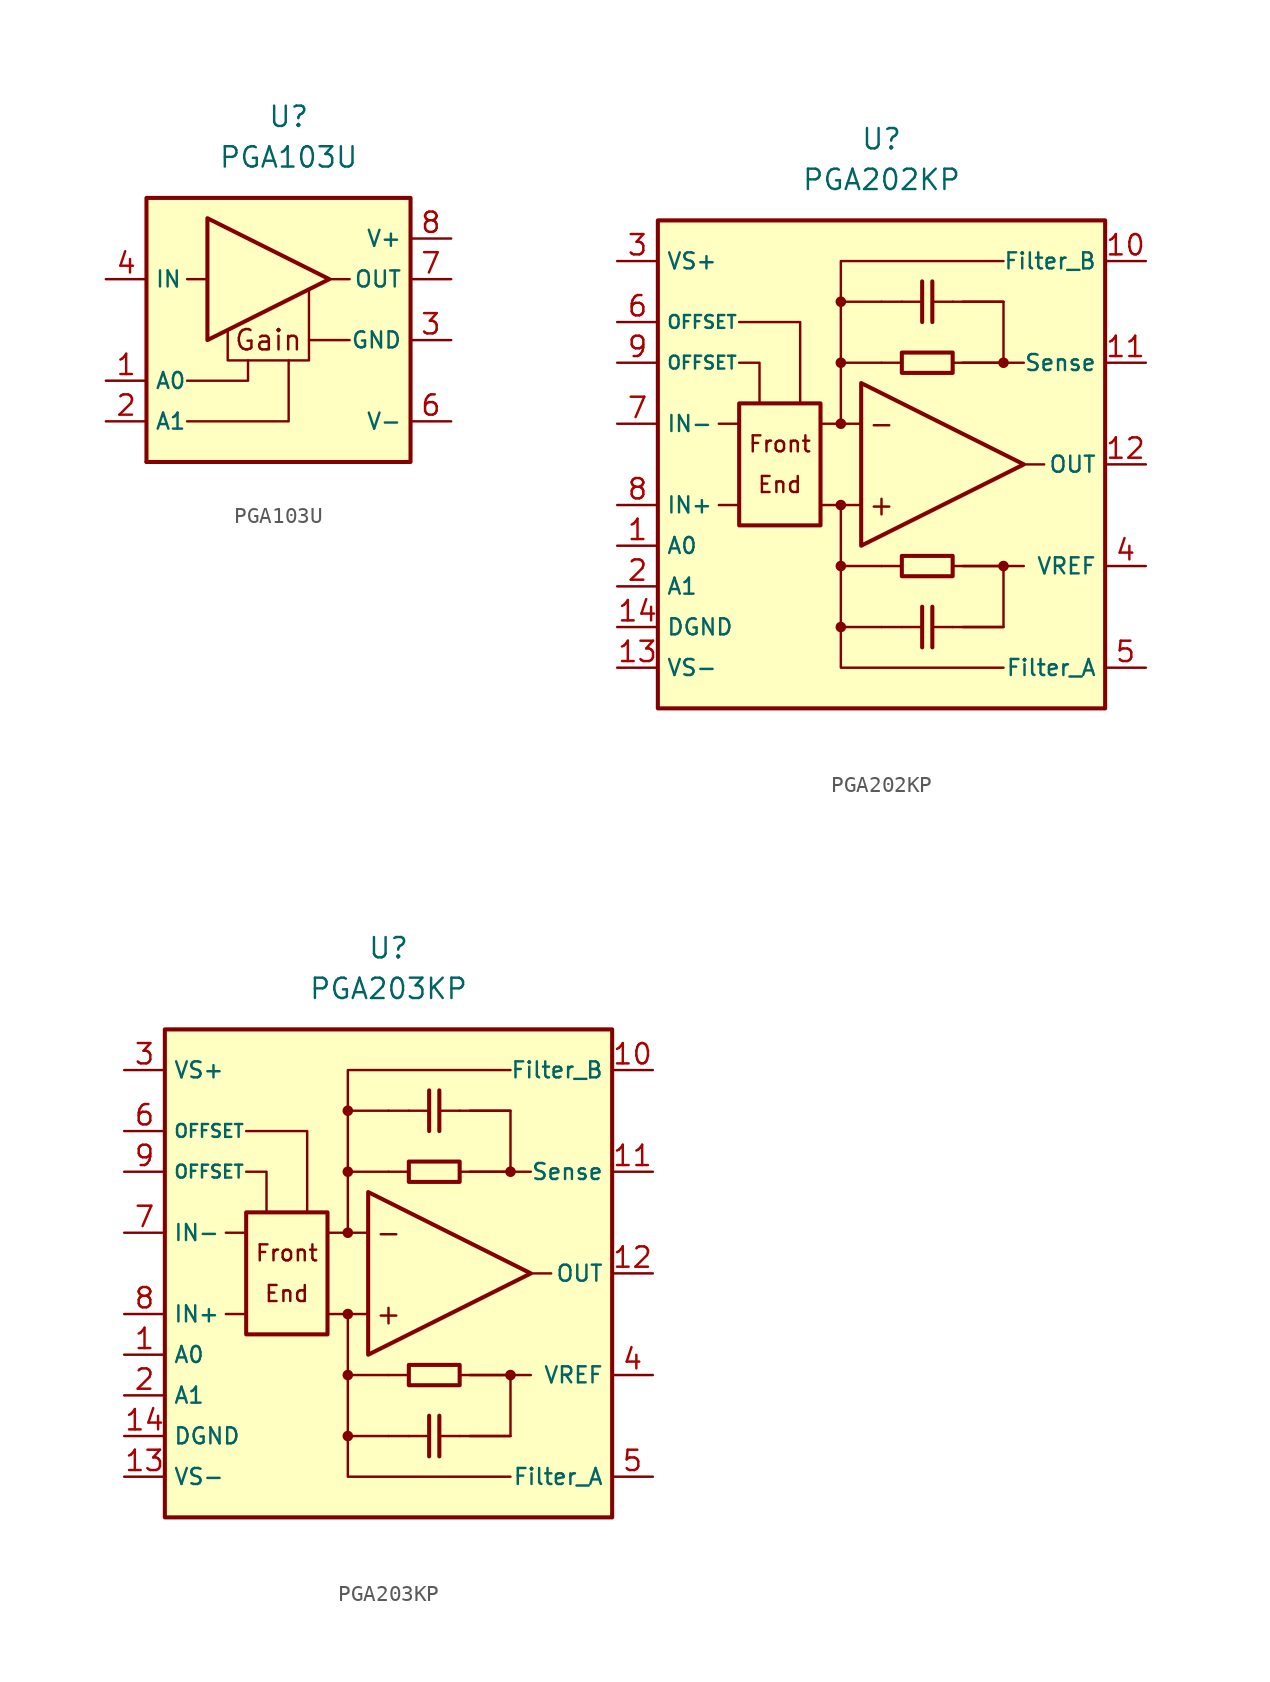
<source format=kicad_sym>
(kicad_symbol_lib
  (version 20211014)
  (generator kicad_symbol_editor)
  (symbol "PGA103U"
    (property "Reference" "U"
      (at 0 12.7 0)
      (effects (font (size 1.27 1.27))))
    (property "Value" "PGA103U"
      (at 0 10.16 0)
      (effects (font (size 1.27 1.27))))
    (symbol "PGA103U_0_0"
      (rectangle (start -8.89 -8.89) (end -8.89 -8.89) (stroke (width 0.254) (type default) (color 0 0 0 0)) (fill (type background)))
      (polyline (pts (xy -5.08 2.54) (xy -6.35 2.54)) (stroke (width 0.152) (type default) (color 0 0 0 0)) (fill (type none)))
      (polyline (pts (xy 1.27 -1.27) (xy 3.81 -1.27)) (stroke (width 0.152) (type default) (color 0 0 0 0)) (fill (type none)))
      (polyline (pts (xy 2.54 2.54) (xy 3.81 2.54)) (stroke (width 0.152) (type default) (color 0 0 0 0)) (fill (type none)))
      (polyline (pts (xy -2.54 -2.54) (xy -2.54 -3.81) (xy -6.35 -3.81)) (stroke (width 0.152) (type default) (color 0 0 0 0)) (fill (type none)))
      (polyline (pts (xy 0 -2.54) (xy 0 -6.35) (xy -6.35 -6.35)) (stroke (width 0.152) (type default) (color 0 0 0 0)) (fill (type none)))
      (rectangle (start 7.62 7.62) (end -8.89 -8.89) (stroke (width 0.254) (type default) (color 0 0 0 0)) (fill (type background)))
      (text "Gain" (at -1.27 -1.27 0) (effects (font (size 1.27 1.27)))))
    (symbol "PGA103U_0_1"
      (polyline (pts (xy -5.08 6.35) (xy -5.08 -1.27) (xy 2.54 2.54) (xy -5.08 6.35)) (stroke (width 0.254) (type default) (color 0 0 0 0)) (fill (type background)))
      (polyline (pts (xy -3.81 -0.635) (xy -3.81 -2.54) (xy 1.27 -2.54) (xy 1.27 1.905)) (stroke (width 0.152) (type default) (color 0 0 0 0)) (fill (type none))))
    (symbol "PGA103U_1_1"
      (pin input line (at -11.43 -3.81 0) (length 2.54) (name "A0" (effects (font (size 1 1)))) (number "1" (effects (font (size 1.27 1.27)))))
      (pin input line (at -11.43 -6.35 0) (length 2.54) (name "A1" (effects (font (size 1 1)))) (number "2" (effects (font (size 1.27 1.27)))))
      (pin input line (at 10.16 -1.27 180) (length 2.54) (name "GND" (effects (font (size 1 1)))) (number "3" (effects (font (size 1.27 1.27)))))
      (pin input line (at -11.43 2.54 0) (length 2.54) (name "IN" (effects (font (size 1 1)))) (number "4" (effects (font (size 1.27 1.27)))))
      (pin no_connect line (at 1.27 -7.62 0) (length 2.54) hide (name "NC" (effects (font (size 1.27 1.27)))) (number "5" (effects (font (size 1.27 1.27)))))
      (pin power_in line (at 10.16 -6.35 180) (length 2.54) (name "V-" (effects (font (size 1 1)))) (number "6" (effects (font (size 1.27 1.27)))))
      (pin output line (at 10.16 2.54 180) (length 2.54) (name "OUT" (effects (font (size 1 1)))) (number "7" (effects (font (size 1.27 1.27)))))
      (pin power_in line (at 10.16 5.08 180) (length 2.54) (name "V+" (effects (font (size 1 1)))) (number "8" (effects (font (size 1.27 1.27)))))))
  (symbol "PGA202KP"
    (property "Reference" "U"
      (at 0 20.32 0)
      (effects (font (size 1.27 1.27))))
    (property "Value" "PGA202KP"
      (at 0 17.78 0)
      (effects (font (size 1.27 1.27))))
    (symbol "PGA202KP_0_0"
      (rectangle (start -13.97 15.24) (end 13.97 -15.24) (stroke (width 0.254) (type default) (color 0 0 0 0)) (fill (type background)))
      (rectangle (start -8.89 3.81) (end -3.81 -3.81) (stroke (width 0.254) (type default) (color 0 0 0 0)) (fill (type none)))
      (circle (center -2.54 -10.16) (radius 0.254) (stroke (width 0.152) (type default) (color 0 0 0 0)) (fill (type outline)))
      (circle (center -2.54 -6.35) (radius 0.254) (stroke (width 0.152) (type default) (color 0 0 0 0)) (fill (type outline)))
      (circle (center -2.54 -2.54) (radius 0.254) (stroke (width 0.152) (type default) (color 0 0 0 0)) (fill (type outline)))
      (circle (center -2.54 2.54) (radius 0.254) (stroke (width 0.152) (type default) (color 0 0 0 0)) (fill (type outline)))
      (circle (center -2.54 6.35) (radius 0.254) (stroke (width 0.152) (type default) (color 0 0 0 0)) (fill (type outline)))
      (circle (center -2.54 10.16) (radius 0.254) (stroke (width 0.152) (type default) (color 0 0 0 0)) (fill (type outline)))
      (polyline (pts (xy 1.27 -6.35)) (stroke (width 0.152) (type default) (color 0 0 0 0)) (fill (type none)))
      (polyline (pts (xy 1.27 6.35)) (stroke (width 0.152) (type default) (color 0 0 0 0)) (fill (type none)))
      (polyline (pts (xy -8.89 -2.54) (xy -10.16 -2.54)) (stroke (width 0.152) (type default) (color 0 0 0 0)) (fill (type none)))
      (polyline (pts (xy -8.89 2.54) (xy -10.16 2.54)) (stroke (width 0.152) (type default) (color 0 0 0 0)) (fill (type none)))
      (polyline (pts (xy -2.54 -2.54) (xy -3.81 -2.54)) (stroke (width 0.152) (type default) (color 0 0 0 0)) (fill (type none)))
      (polyline (pts (xy -2.54 2.54) (xy -3.81 2.54)) (stroke (width 0.152) (type default) (color 0 0 0 0)) (fill (type none)))
      (polyline (pts (xy -1.27 -2.54) (xy -2.54 -2.54)) (stroke (width 0.152) (type default) (color 0 0 0 0)) (fill (type none)))
      (polyline (pts (xy -1.27 2.54) (xy -2.54 2.54)) (stroke (width 0.152) (type default) (color 0 0 0 0)) (fill (type none)))
      (polyline (pts (xy 0 -6.35) (xy -2.54 -6.35)) (stroke (width 0.152) (type default) (color 0 0 0 0)) (fill (type none)))
      (polyline (pts (xy 0 -6.35) (xy 1.27 -6.35)) (stroke (width 0.152) (type default) (color 0 0 0 0)) (fill (type none)))
      (polyline (pts (xy 0 6.35) (xy -2.54 6.35)) (stroke (width 0.152) (type default) (color 0 0 0 0)) (fill (type none)))
      (polyline (pts (xy 0 6.35) (xy 1.27 6.35)) (stroke (width 0.152) (type default) (color 0 0 0 0)) (fill (type none)))
      (polyline (pts (xy 1.27 -10.16) (xy 0 -10.16)) (stroke (width 0.152) (type default) (color 0 0 0 0)) (fill (type none)))
      (polyline (pts (xy 1.27 10.16) (xy 0 10.16)) (stroke (width 0.152) (type default) (color 0 0 0 0)) (fill (type none)))
      (polyline (pts (xy 4.445 -10.16) (xy 7.62 -10.16)) (stroke (width 0.152) (type default) (color 0 0 0 0)) (fill (type none)))
      (polyline (pts (xy 4.445 -6.35) (xy 7.62 -6.35)) (stroke (width 0.152) (type default) (color 0 0 0 0)) (fill (type none)))
      (polyline (pts (xy 4.445 6.35) (xy 7.62 6.35)) (stroke (width 0.152) (type default) (color 0 0 0 0)) (fill (type none)))
      (polyline (pts (xy 4.445 10.16) (xy 7.62 10.16)) (stroke (width 0.152) (type default) (color 0 0 0 0)) (fill (type none)))
      (polyline (pts (xy 7.62 -6.35) (xy 8.89 -6.35)) (stroke (width 0.152) (type default) (color 0 0 0 0)) (fill (type none)))
      (polyline (pts (xy 7.62 6.35) (xy 8.89 6.35)) (stroke (width 0.152) (type default) (color 0 0 0 0)) (fill (type none)))
      (polyline (pts (xy 8.89 0) (xy 10.16 0)) (stroke (width 0.152) (type default) (color 0 0 0 0)) (fill (type none)))
      (polyline (pts (xy -8.89 6.35) (xy -7.62 6.35) (xy -7.62 3.81)) (stroke (width 0.152) (type default) (color 0 0 0 0)) (fill (type none)))
      (polyline (pts (xy -8.89 8.89) (xy -5.08 8.89) (xy -5.08 3.81)) (stroke (width 0.152) (type default) (color 0 0 0 0)) (fill (type none)))
      (polyline (pts (xy -2.54 -10.16) (xy -2.54 -12.7) (xy 7.62 -12.7)) (stroke (width 0.152) (type default) (color 0 0 0 0)) (fill (type none)))
      (polyline (pts (xy -2.54 10.16) (xy -2.54 12.7) (xy 7.62 12.7)) (stroke (width 0.152) (type default) (color 0 0 0 0)) (fill (type none)))
      (polyline (pts (xy 0 -10.16) (xy -2.54 -10.16) (xy -2.54 -2.54)) (stroke (width 0.152) (type default) (color 0 0 0 0)) (fill (type none)))
      (polyline (pts (xy 0 10.16) (xy -2.54 10.16) (xy -2.54 2.54)) (stroke (width 0.152) (type default) (color 0 0 0 0)) (fill (type none)))
      (polyline (pts (xy 5.08 -10.16) (xy 7.62 -10.16) (xy 7.62 -6.35) (xy 5.08 -6.35)) (stroke (width 0.152) (type default) (color 0 0 0 0)) (fill (type none)))
      (polyline (pts (xy 5.08 10.16) (xy 7.62 10.16) (xy 7.62 6.35) (xy 5.08 6.35)) (stroke (width 0.152) (type default) (color 0 0 0 0)) (fill (type none)))
      (circle (center 7.62 -6.35) (radius 0.254) (stroke (width 0.152) (type default) (color 0 0 0 0)) (fill (type outline)))
      (circle (center 7.62 6.35) (radius 0.254) (stroke (width 0.152) (type default) (color 0 0 0 0)) (fill (type outline)))
      (text "+" (at 0 -2.54 0) (effects (font (size 1.27 1.27))))
      (text "-" (at 0 2.54 0) (effects (font (size 1.27 1.27))))
      (text "End" (at -6.35 -1.27 0) (effects (font (size 1 1))))
      (text "Front" (at -6.35 1.27 0) (effects (font (size 1 1)))))
    (symbol "PGA202KP_0_1"
      (polyline (pts (xy 1.27 -10.16) (xy 2.54 -10.16)) (stroke (width 0.152) (type default) (color 0 0 0 0)) (fill (type none)))
      (polyline (pts (xy 1.27 10.16) (xy 2.54 10.16)) (stroke (width 0.152) (type default) (color 0 0 0 0)) (fill (type none)))
      (polyline (pts (xy 2.54 -8.89) (xy 2.54 -11.43)) (stroke (width 0.254) (type default) (color 0 0 0 0)) (fill (type none)))
      (polyline (pts (xy 2.54 8.89) (xy 2.54 11.43)) (stroke (width 0.254) (type default) (color 0 0 0 0)) (fill (type none)))
      (polyline (pts (xy 3.175 -11.43) (xy 3.175 -8.89)) (stroke (width 0.254) (type default) (color 0 0 0 0)) (fill (type none)))
      (polyline (pts (xy 3.175 11.43) (xy 3.175 8.89)) (stroke (width 0.254) (type default) (color 0 0 0 0)) (fill (type none)))
      (polyline (pts (xy 4.445 -10.16) (xy 3.175 -10.16)) (stroke (width 0.152) (type default) (color 0 0 0 0)) (fill (type none)))
      (polyline (pts (xy 4.445 10.16) (xy 3.175 10.16)) (stroke (width 0.152) (type default) (color 0 0 0 0)) (fill (type none)))
      (polyline (pts (xy -1.27 5.08) (xy -1.27 -5.08) (xy 8.89 0) (xy -1.27 5.08)) (stroke (width 0.254) (type default) (color 0 0 0 0)) (fill (type background)))
      (rectangle (start 1.27 6.985) (end 4.445 5.715) (stroke (width 0.254) (type default) (color 0 0 0 0)) (fill (type none)))
      (rectangle (start 4.445 -5.715) (end 1.27 -6.985) (stroke (width 0.254) (type default) (color 0 0 0 0)) (fill (type none))))
    (symbol "PGA202KP_1_1"
      (pin input line (at -16.51 -5.08 0) (length 2.54) (name "A0" (effects (font (size 1 1)))) (number "1" (effects (font (size 1.27 1.27)))))
      (pin passive line (at 16.51 12.7 180) (length 2.54) (name "Filter_B" (effects (font (size 1 1)))) (number "10" (effects (font (size 1.27 1.27)))))
      (pin passive line (at 16.51 6.35 180) (length 2.54) (name "Sense" (effects (font (size 1 1)))) (number "11" (effects (font (size 1.27 1.27)))))
      (pin output line (at 16.51 0 180) (length 2.54) (name "OUT" (effects (font (size 1 1)))) (number "12" (effects (font (size 1.27 1.27)))))
      (pin power_in line (at -16.51 -12.7 0) (length 2.54) (name "VS-" (effects (font (size 1 1)))) (number "13" (effects (font (size 1.27 1.27)))))
      (pin power_in line (at -16.51 -10.16 0) (length 2.54) (name "DGND" (effects (font (size 1 1)))) (number "14" (effects (font (size 1.27 1.27)))))
      (pin input line (at -16.51 -7.62 0) (length 2.54) (name "A1" (effects (font (size 1 1)))) (number "2" (effects (font (size 1.27 1.27)))))
      (pin power_in line (at -16.51 12.7 0) (length 2.54) (name "VS+" (effects (font (size 1 1)))) (number "3" (effects (font (size 1.27 1.27)))))
      (pin passive line (at 16.51 -6.35 180) (length 2.54) (name "VREF" (effects (font (size 1 1)))) (number "4" (effects (font (size 1.27 1.27)))))
      (pin passive line (at 16.51 -12.7 180) (length 2.54) (name "Filter_A" (effects (font (size 1 1)))) (number "5" (effects (font (size 1.27 1.27)))))
      (pin passive line (at -16.51 8.89 0) (length 2.54) (name "OFFSET" (effects (font (size 0.8 0.8)))) (number "6" (effects (font (size 1.27 1.27)))))
      (pin input line (at -16.51 2.54 0) (length 2.54) (name "IN-" (effects (font (size 1 1)))) (number "7" (effects (font (size 1.27 1.27)))))
      (pin input line (at -16.51 -2.54 0) (length 2.54) (name "IN+" (effects (font (size 1 1)))) (number "8" (effects (font (size 1.27 1.27)))))
      (pin passive line (at -16.51 6.35 0) (length 2.54) (name "OFFSET" (effects (font (size 0.8 0.8)))) (number "9" (effects (font (size 1.27 1.27)))))))
  (symbol "PGA203KP"
    (property "Reference" "U"
      (at 0 20.32 0)
      (effects (font (size 1.27 1.27))))
    (property "Value" "PGA203KP"
      (at 0 17.78 0)
      (effects (font (size 1.27 1.27))))
    (symbol "PGA203KP_0_0"
      (rectangle (start -13.97 15.24) (end 13.97 -15.24) (stroke (width 0.254) (type default) (color 0 0 0 0)) (fill (type background)))
      (rectangle (start -8.89 3.81) (end -3.81 -3.81) (stroke (width 0.254) (type default) (color 0 0 0 0)) (fill (type none)))
      (circle (center -2.54 -10.16) (radius 0.254) (stroke (width 0.152) (type default) (color 0 0 0 0)) (fill (type outline)))
      (circle (center -2.54 -6.35) (radius 0.254) (stroke (width 0.152) (type default) (color 0 0 0 0)) (fill (type outline)))
      (circle (center -2.54 -2.54) (radius 0.254) (stroke (width 0.152) (type default) (color 0 0 0 0)) (fill (type outline)))
      (circle (center -2.54 2.54) (radius 0.254) (stroke (width 0.152) (type default) (color 0 0 0 0)) (fill (type outline)))
      (circle (center -2.54 6.35) (radius 0.254) (stroke (width 0.152) (type default) (color 0 0 0 0)) (fill (type outline)))
      (circle (center -2.54 10.16) (radius 0.254) (stroke (width 0.152) (type default) (color 0 0 0 0)) (fill (type outline)))
      (polyline (pts (xy 1.27 -6.35)) (stroke (width 0.152) (type default) (color 0 0 0 0)) (fill (type none)))
      (polyline (pts (xy 1.27 6.35)) (stroke (width 0.152) (type default) (color 0 0 0 0)) (fill (type none)))
      (polyline (pts (xy -8.89 -2.54) (xy -10.16 -2.54)) (stroke (width 0.152) (type default) (color 0 0 0 0)) (fill (type none)))
      (polyline (pts (xy -8.89 2.54) (xy -10.16 2.54)) (stroke (width 0.152) (type default) (color 0 0 0 0)) (fill (type none)))
      (polyline (pts (xy -2.54 -2.54) (xy -3.81 -2.54)) (stroke (width 0.152) (type default) (color 0 0 0 0)) (fill (type none)))
      (polyline (pts (xy -2.54 2.54) (xy -3.81 2.54)) (stroke (width 0.152) (type default) (color 0 0 0 0)) (fill (type none)))
      (polyline (pts (xy -1.27 -2.54) (xy -2.54 -2.54)) (stroke (width 0.152) (type default) (color 0 0 0 0)) (fill (type none)))
      (polyline (pts (xy -1.27 2.54) (xy -2.54 2.54)) (stroke (width 0.152) (type default) (color 0 0 0 0)) (fill (type none)))
      (polyline (pts (xy 0 -6.35) (xy -2.54 -6.35)) (stroke (width 0.152) (type default) (color 0 0 0 0)) (fill (type none)))
      (polyline (pts (xy 0 -6.35) (xy 1.27 -6.35)) (stroke (width 0.152) (type default) (color 0 0 0 0)) (fill (type none)))
      (polyline (pts (xy 0 6.35) (xy -2.54 6.35)) (stroke (width 0.152) (type default) (color 0 0 0 0)) (fill (type none)))
      (polyline (pts (xy 0 6.35) (xy 1.27 6.35)) (stroke (width 0.152) (type default) (color 0 0 0 0)) (fill (type none)))
      (polyline (pts (xy 1.27 -10.16) (xy 0 -10.16)) (stroke (width 0.152) (type default) (color 0 0 0 0)) (fill (type none)))
      (polyline (pts (xy 1.27 10.16) (xy 0 10.16)) (stroke (width 0.152) (type default) (color 0 0 0 0)) (fill (type none)))
      (polyline (pts (xy 4.445 -10.16) (xy 7.62 -10.16)) (stroke (width 0.152) (type default) (color 0 0 0 0)) (fill (type none)))
      (polyline (pts (xy 4.445 -6.35) (xy 7.62 -6.35)) (stroke (width 0.152) (type default) (color 0 0 0 0)) (fill (type none)))
      (polyline (pts (xy 4.445 6.35) (xy 7.62 6.35)) (stroke (width 0.152) (type default) (color 0 0 0 0)) (fill (type none)))
      (polyline (pts (xy 4.445 10.16) (xy 7.62 10.16)) (stroke (width 0.152) (type default) (color 0 0 0 0)) (fill (type none)))
      (polyline (pts (xy 7.62 -6.35) (xy 8.89 -6.35)) (stroke (width 0.152) (type default) (color 0 0 0 0)) (fill (type none)))
      (polyline (pts (xy 7.62 6.35) (xy 8.89 6.35)) (stroke (width 0.152) (type default) (color 0 0 0 0)) (fill (type none)))
      (polyline (pts (xy 8.89 0) (xy 10.16 0)) (stroke (width 0.152) (type default) (color 0 0 0 0)) (fill (type none)))
      (polyline (pts (xy -8.89 6.35) (xy -7.62 6.35) (xy -7.62 3.81)) (stroke (width 0.152) (type default) (color 0 0 0 0)) (fill (type none)))
      (polyline (pts (xy -8.89 8.89) (xy -5.08 8.89) (xy -5.08 3.81)) (stroke (width 0.152) (type default) (color 0 0 0 0)) (fill (type none)))
      (polyline (pts (xy -2.54 -10.16) (xy -2.54 -12.7) (xy 7.62 -12.7)) (stroke (width 0.152) (type default) (color 0 0 0 0)) (fill (type none)))
      (polyline (pts (xy -2.54 10.16) (xy -2.54 12.7) (xy 7.62 12.7)) (stroke (width 0.152) (type default) (color 0 0 0 0)) (fill (type none)))
      (polyline (pts (xy 0 -10.16) (xy -2.54 -10.16) (xy -2.54 -2.54)) (stroke (width 0.152) (type default) (color 0 0 0 0)) (fill (type none)))
      (polyline (pts (xy 0 10.16) (xy -2.54 10.16) (xy -2.54 2.54)) (stroke (width 0.152) (type default) (color 0 0 0 0)) (fill (type none)))
      (polyline (pts (xy 5.08 -10.16) (xy 7.62 -10.16) (xy 7.62 -6.35) (xy 5.08 -6.35)) (stroke (width 0.152) (type default) (color 0 0 0 0)) (fill (type none)))
      (polyline (pts (xy 5.08 10.16) (xy 7.62 10.16) (xy 7.62 6.35) (xy 5.08 6.35)) (stroke (width 0.152) (type default) (color 0 0 0 0)) (fill (type none)))
      (circle (center 7.62 -6.35) (radius 0.254) (stroke (width 0.152) (type default) (color 0 0 0 0)) (fill (type outline)))
      (circle (center 7.62 6.35) (radius 0.254) (stroke (width 0.152) (type default) (color 0 0 0 0)) (fill (type outline)))
      (text "+" (at 0 -2.54 0) (effects (font (size 1.27 1.27))))
      (text "-" (at 0 2.54 0) (effects (font (size 1.27 1.27))))
      (text "End" (at -6.35 -1.27 0) (effects (font (size 1 1))))
      (text "Front" (at -6.35 1.27 0) (effects (font (size 1 1)))))
    (symbol "PGA203KP_0_1"
      (polyline (pts (xy 1.27 -10.16) (xy 2.54 -10.16)) (stroke (width 0.152) (type default) (color 0 0 0 0)) (fill (type none)))
      (polyline (pts (xy 1.27 10.16) (xy 2.54 10.16)) (stroke (width 0.152) (type default) (color 0 0 0 0)) (fill (type none)))
      (polyline (pts (xy 2.54 -8.89) (xy 2.54 -11.43)) (stroke (width 0.254) (type default) (color 0 0 0 0)) (fill (type none)))
      (polyline (pts (xy 2.54 8.89) (xy 2.54 11.43)) (stroke (width 0.254) (type default) (color 0 0 0 0)) (fill (type none)))
      (polyline (pts (xy 3.175 -11.43) (xy 3.175 -8.89)) (stroke (width 0.254) (type default) (color 0 0 0 0)) (fill (type none)))
      (polyline (pts (xy 3.175 11.43) (xy 3.175 8.89)) (stroke (width 0.254) (type default) (color 0 0 0 0)) (fill (type none)))
      (polyline (pts (xy 4.445 -10.16) (xy 3.175 -10.16)) (stroke (width 0.152) (type default) (color 0 0 0 0)) (fill (type none)))
      (polyline (pts (xy 4.445 10.16) (xy 3.175 10.16)) (stroke (width 0.152) (type default) (color 0 0 0 0)) (fill (type none)))
      (polyline (pts (xy -1.27 5.08) (xy -1.27 -5.08) (xy 8.89 0) (xy -1.27 5.08)) (stroke (width 0.254) (type default) (color 0 0 0 0)) (fill (type background)))
      (rectangle (start 1.27 6.985) (end 4.445 5.715) (stroke (width 0.254) (type default) (color 0 0 0 0)) (fill (type none)))
      (rectangle (start 4.445 -5.715) (end 1.27 -6.985) (stroke (width 0.254) (type default) (color 0 0 0 0)) (fill (type none))))
    (symbol "PGA203KP_1_1"
      (pin input line (at -16.51 -5.08 0) (length 2.54) (name "A0" (effects (font (size 1 1)))) (number "1" (effects (font (size 1.27 1.27)))))
      (pin passive line (at 16.51 12.7 180) (length 2.54) (name "Filter_B" (effects (font (size 1 1)))) (number "10" (effects (font (size 1.27 1.27)))))
      (pin passive line (at 16.51 6.35 180) (length 2.54) (name "Sense" (effects (font (size 1 1)))) (number "11" (effects (font (size 1.27 1.27)))))
      (pin output line (at 16.51 0 180) (length 2.54) (name "OUT" (effects (font (size 1 1)))) (number "12" (effects (font (size 1.27 1.27)))))
      (pin power_in line (at -16.51 -12.7 0) (length 2.54) (name "VS-" (effects (font (size 1 1)))) (number "13" (effects (font (size 1.27 1.27)))))
      (pin power_in line (at -16.51 -10.16 0) (length 2.54) (name "DGND" (effects (font (size 1 1)))) (number "14" (effects (font (size 1.27 1.27)))))
      (pin input line (at -16.51 -7.62 0) (length 2.54) (name "A1" (effects (font (size 1 1)))) (number "2" (effects (font (size 1.27 1.27)))))
      (pin power_in line (at -16.51 12.7 0) (length 2.54) (name "VS+" (effects (font (size 1 1)))) (number "3" (effects (font (size 1.27 1.27)))))
      (pin passive line (at 16.51 -6.35 180) (length 2.54) (name "VREF" (effects (font (size 1 1)))) (number "4" (effects (font (size 1.27 1.27)))))
      (pin passive line (at 16.51 -12.7 180) (length 2.54) (name "Filter_A" (effects (font (size 1 1)))) (number "5" (effects (font (size 1.27 1.27)))))
      (pin passive line (at -16.51 8.89 0) (length 2.54) (name "OFFSET" (effects (font (size 0.8 0.8)))) (number "6" (effects (font (size 1.27 1.27)))))
      (pin input line (at -16.51 2.54 0) (length 2.54) (name "IN-" (effects (font (size 1 1)))) (number "7" (effects (font (size 1.27 1.27)))))
      (pin input line (at -16.51 -2.54 0) (length 2.54) (name "IN+" (effects (font (size 1 1)))) (number "8" (effects (font (size 1.27 1.27)))))
      (pin passive line (at -16.51 6.35 0) (length 2.54) (name "OFFSET" (effects (font (size 0.8 0.8)))) (number "9" (effects (font (size 1.27 1.27))))))))
</source>
